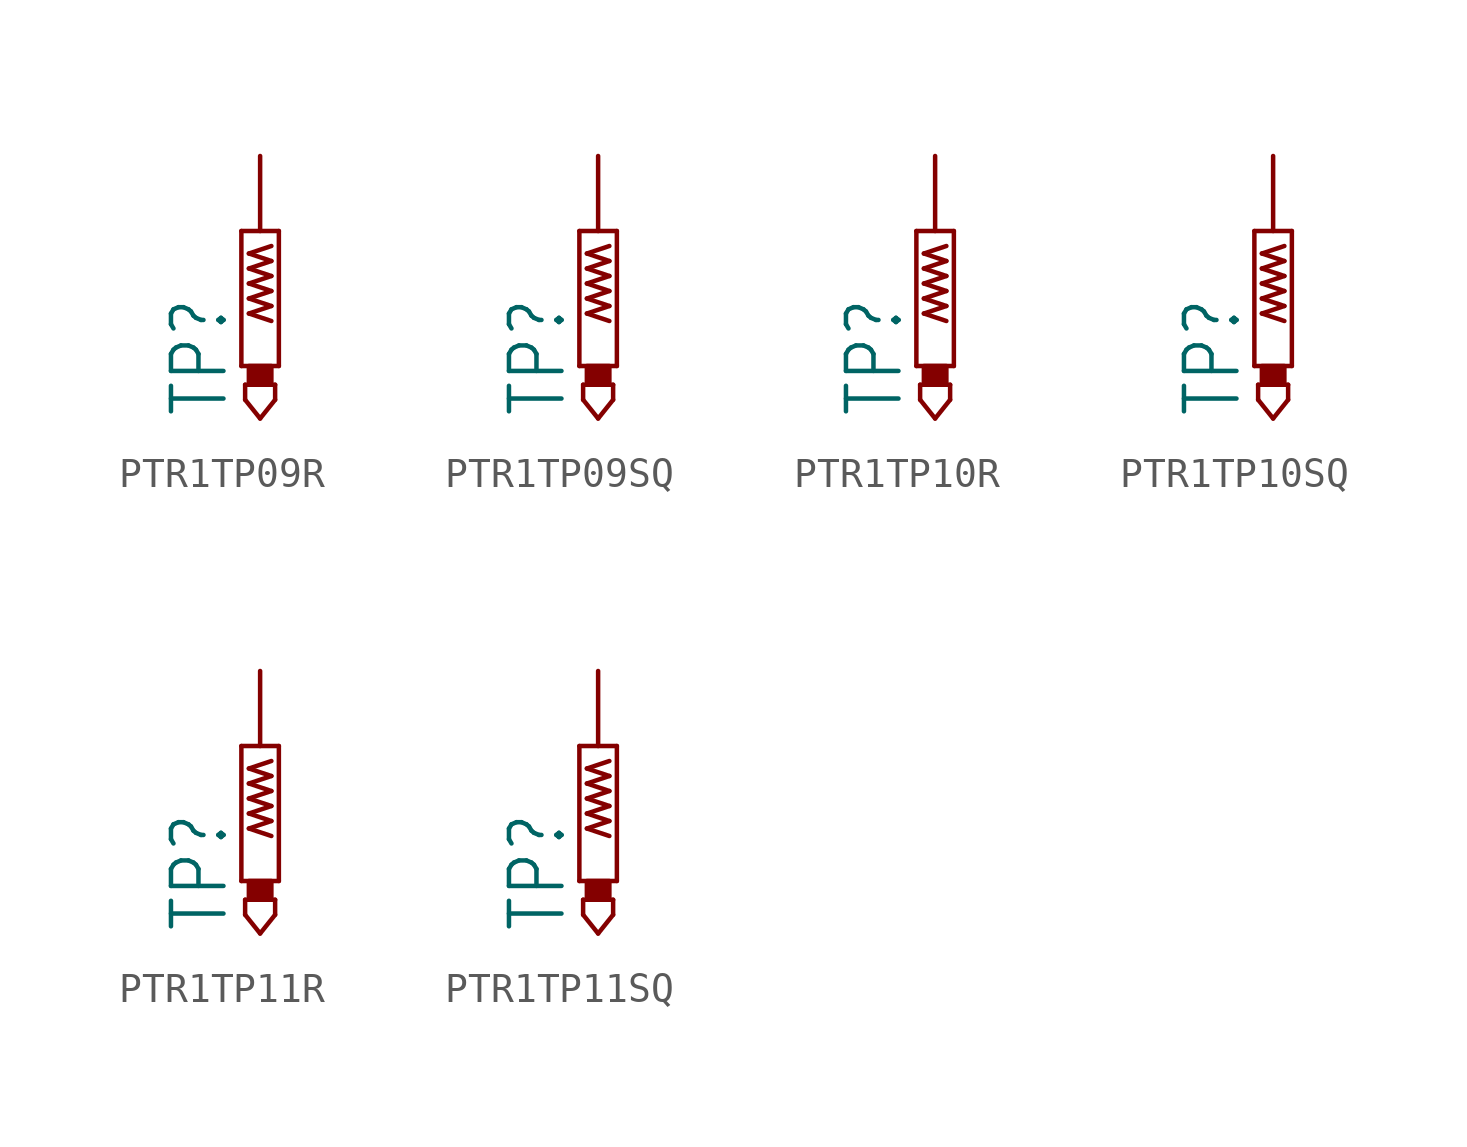
<source format=kicad_sym>
(kicad_symbol_lib
  (version 20231120)
  (generator "kicad_symbol_editor")
  (generator_version "8.0")
  (symbol "PTR1TP09R"
    (property "Reference" "TP"
      (at -1.016 -6.35 90)
      (effects (font (size 1.778 1.511)) (justify left bottom)))
    (property "ki_locked" ""
      (at 0 0 0)
      (effects (font (size 1.27 1.27))))
    (symbol "PTR1TP09R_1_0"
      (rectangle (start -0.381 -5.207) (end 0.381 -4.572) (stroke (width 0) (type default)) (fill (type outline)))
      (polyline (pts (xy -0.635 0) (xy -0.635 -4.572)) (stroke (width 0.152) (type solid)) (fill (type none)))
      (polyline (pts (xy -0.508 -5.715) (xy 0 -6.35)) (stroke (width 0.152) (type solid)) (fill (type none)))
      (polyline (pts (xy -0.508 -5.207) (xy -0.508 -5.715)) (stroke (width 0.152) (type solid)) (fill (type none)))
      (polyline (pts (xy -0.381 -2.794) (xy 0.381 -2.54)) (stroke (width 0.152) (type solid)) (fill (type none)))
      (polyline (pts (xy -0.381 -2.286) (xy 0.381 -2.032)) (stroke (width 0.152) (type solid)) (fill (type none)))
      (polyline (pts (xy -0.381 -1.778) (xy 0.381 -1.524)) (stroke (width 0.152) (type solid)) (fill (type none)))
      (polyline (pts (xy -0.381 -1.27) (xy 0.381 -1.016)) (stroke (width 0.152) (type solid)) (fill (type none)))
      (polyline (pts (xy -0.381 -0.762) (xy 0.381 -0.508)) (stroke (width 0.152) (type solid)) (fill (type none)))
      (polyline (pts (xy 0 -6.35) (xy 0.508 -5.715)) (stroke (width 0.152) (type solid)) (fill (type none)))
      (polyline (pts (xy 0.381 -3.048) (xy -0.381 -2.794)) (stroke (width 0.152) (type solid)) (fill (type none)))
      (polyline (pts (xy 0.381 -2.54) (xy -0.381 -2.286)) (stroke (width 0.152) (type solid)) (fill (type none)))
      (polyline (pts (xy 0.381 -2.032) (xy -0.381 -1.778)) (stroke (width 0.152) (type solid)) (fill (type none)))
      (polyline (pts (xy 0.381 -1.524) (xy -0.381 -1.27)) (stroke (width 0.152) (type solid)) (fill (type none)))
      (polyline (pts (xy 0.381 -1.016) (xy -0.381 -0.762)) (stroke (width 0.152) (type solid)) (fill (type none)))
      (polyline (pts (xy 0.508 -5.715) (xy 0.508 -5.207)) (stroke (width 0.152) (type solid)) (fill (type none)))
      (polyline (pts (xy 0.508 -5.207) (xy -0.508 -5.207)) (stroke (width 0.152) (type solid)) (fill (type none)))
      (polyline (pts (xy 0.635 -4.572) (xy -0.635 -4.572)) (stroke (width 0.152) (type solid)) (fill (type none)))
      (polyline (pts (xy 0.635 -4.572) (xy 0.635 0)) (stroke (width 0.152) (type solid)) (fill (type none)))
      (polyline (pts (xy 0.635 0) (xy -0.635 0)) (stroke (width 0.152) (type solid)) (fill (type none)))
      (pin input line (at 0 2.54 270) (length 2.54) (name "TP" (effects (font (size 0 0)))) (number "TP" (effects (font (size 0 0)))))))
  (symbol "PTR1TP09SQ"
    (property "Reference" "TP"
      (at -1.016 -6.35 90)
      (effects (font (size 1.778 1.511)) (justify left bottom)))
    (property "ki_locked" ""
      (at 0 0 0)
      (effects (font (size 1.27 1.27))))
    (symbol "PTR1TP09SQ_1_0"
      (rectangle (start -0.381 -5.207) (end 0.381 -4.572) (stroke (width 0) (type default)) (fill (type outline)))
      (polyline (pts (xy -0.635 0) (xy -0.635 -4.572)) (stroke (width 0.152) (type solid)) (fill (type none)))
      (polyline (pts (xy -0.508 -5.715) (xy 0 -6.35)) (stroke (width 0.152) (type solid)) (fill (type none)))
      (polyline (pts (xy -0.508 -5.207) (xy -0.508 -5.715)) (stroke (width 0.152) (type solid)) (fill (type none)))
      (polyline (pts (xy -0.381 -2.794) (xy 0.381 -2.54)) (stroke (width 0.152) (type solid)) (fill (type none)))
      (polyline (pts (xy -0.381 -2.286) (xy 0.381 -2.032)) (stroke (width 0.152) (type solid)) (fill (type none)))
      (polyline (pts (xy -0.381 -1.778) (xy 0.381 -1.524)) (stroke (width 0.152) (type solid)) (fill (type none)))
      (polyline (pts (xy -0.381 -1.27) (xy 0.381 -1.016)) (stroke (width 0.152) (type solid)) (fill (type none)))
      (polyline (pts (xy -0.381 -0.762) (xy 0.381 -0.508)) (stroke (width 0.152) (type solid)) (fill (type none)))
      (polyline (pts (xy 0 -6.35) (xy 0.508 -5.715)) (stroke (width 0.152) (type solid)) (fill (type none)))
      (polyline (pts (xy 0.381 -3.048) (xy -0.381 -2.794)) (stroke (width 0.152) (type solid)) (fill (type none)))
      (polyline (pts (xy 0.381 -2.54) (xy -0.381 -2.286)) (stroke (width 0.152) (type solid)) (fill (type none)))
      (polyline (pts (xy 0.381 -2.032) (xy -0.381 -1.778)) (stroke (width 0.152) (type solid)) (fill (type none)))
      (polyline (pts (xy 0.381 -1.524) (xy -0.381 -1.27)) (stroke (width 0.152) (type solid)) (fill (type none)))
      (polyline (pts (xy 0.381 -1.016) (xy -0.381 -0.762)) (stroke (width 0.152) (type solid)) (fill (type none)))
      (polyline (pts (xy 0.508 -5.715) (xy 0.508 -5.207)) (stroke (width 0.152) (type solid)) (fill (type none)))
      (polyline (pts (xy 0.508 -5.207) (xy -0.508 -5.207)) (stroke (width 0.152) (type solid)) (fill (type none)))
      (polyline (pts (xy 0.635 -4.572) (xy -0.635 -4.572)) (stroke (width 0.152) (type solid)) (fill (type none)))
      (polyline (pts (xy 0.635 -4.572) (xy 0.635 0)) (stroke (width 0.152) (type solid)) (fill (type none)))
      (polyline (pts (xy 0.635 0) (xy -0.635 0)) (stroke (width 0.152) (type solid)) (fill (type none)))
      (pin input line (at 0 2.54 270) (length 2.54) (name "TP" (effects (font (size 0 0)))) (number "TP" (effects (font (size 0 0)))))))
  (symbol "PTR1TP10R"
    (property "Reference" "TP"
      (at -1.016 -6.35 90)
      (effects (font (size 1.778 1.511)) (justify left bottom)))
    (property "ki_locked" ""
      (at 0 0 0)
      (effects (font (size 1.27 1.27))))
    (symbol "PTR1TP10R_1_0"
      (rectangle (start -0.381 -5.207) (end 0.381 -4.572) (stroke (width 0) (type default)) (fill (type outline)))
      (polyline (pts (xy -0.635 0) (xy -0.635 -4.572)) (stroke (width 0.152) (type solid)) (fill (type none)))
      (polyline (pts (xy -0.508 -5.715) (xy 0 -6.35)) (stroke (width 0.152) (type solid)) (fill (type none)))
      (polyline (pts (xy -0.508 -5.207) (xy -0.508 -5.715)) (stroke (width 0.152) (type solid)) (fill (type none)))
      (polyline (pts (xy -0.381 -2.794) (xy 0.381 -2.54)) (stroke (width 0.152) (type solid)) (fill (type none)))
      (polyline (pts (xy -0.381 -2.286) (xy 0.381 -2.032)) (stroke (width 0.152) (type solid)) (fill (type none)))
      (polyline (pts (xy -0.381 -1.778) (xy 0.381 -1.524)) (stroke (width 0.152) (type solid)) (fill (type none)))
      (polyline (pts (xy -0.381 -1.27) (xy 0.381 -1.016)) (stroke (width 0.152) (type solid)) (fill (type none)))
      (polyline (pts (xy -0.381 -0.762) (xy 0.381 -0.508)) (stroke (width 0.152) (type solid)) (fill (type none)))
      (polyline (pts (xy 0 -6.35) (xy 0.508 -5.715)) (stroke (width 0.152) (type solid)) (fill (type none)))
      (polyline (pts (xy 0.381 -3.048) (xy -0.381 -2.794)) (stroke (width 0.152) (type solid)) (fill (type none)))
      (polyline (pts (xy 0.381 -2.54) (xy -0.381 -2.286)) (stroke (width 0.152) (type solid)) (fill (type none)))
      (polyline (pts (xy 0.381 -2.032) (xy -0.381 -1.778)) (stroke (width 0.152) (type solid)) (fill (type none)))
      (polyline (pts (xy 0.381 -1.524) (xy -0.381 -1.27)) (stroke (width 0.152) (type solid)) (fill (type none)))
      (polyline (pts (xy 0.381 -1.016) (xy -0.381 -0.762)) (stroke (width 0.152) (type solid)) (fill (type none)))
      (polyline (pts (xy 0.508 -5.715) (xy 0.508 -5.207)) (stroke (width 0.152) (type solid)) (fill (type none)))
      (polyline (pts (xy 0.508 -5.207) (xy -0.508 -5.207)) (stroke (width 0.152) (type solid)) (fill (type none)))
      (polyline (pts (xy 0.635 -4.572) (xy -0.635 -4.572)) (stroke (width 0.152) (type solid)) (fill (type none)))
      (polyline (pts (xy 0.635 -4.572) (xy 0.635 0)) (stroke (width 0.152) (type solid)) (fill (type none)))
      (polyline (pts (xy 0.635 0) (xy -0.635 0)) (stroke (width 0.152) (type solid)) (fill (type none)))
      (pin input line (at 0 2.54 270) (length 2.54) (name "TP" (effects (font (size 0 0)))) (number "TP" (effects (font (size 0 0)))))))
  (symbol "PTR1TP10SQ"
    (property "Reference" "TP"
      (at -1.016 -6.35 90)
      (effects (font (size 1.778 1.511)) (justify left bottom)))
    (property "ki_locked" ""
      (at 0 0 0)
      (effects (font (size 1.27 1.27))))
    (symbol "PTR1TP10SQ_1_0"
      (rectangle (start -0.381 -5.207) (end 0.381 -4.572) (stroke (width 0) (type default)) (fill (type outline)))
      (polyline (pts (xy -0.635 0) (xy -0.635 -4.572)) (stroke (width 0.152) (type solid)) (fill (type none)))
      (polyline (pts (xy -0.508 -5.715) (xy 0 -6.35)) (stroke (width 0.152) (type solid)) (fill (type none)))
      (polyline (pts (xy -0.508 -5.207) (xy -0.508 -5.715)) (stroke (width 0.152) (type solid)) (fill (type none)))
      (polyline (pts (xy -0.381 -2.794) (xy 0.381 -2.54)) (stroke (width 0.152) (type solid)) (fill (type none)))
      (polyline (pts (xy -0.381 -2.286) (xy 0.381 -2.032)) (stroke (width 0.152) (type solid)) (fill (type none)))
      (polyline (pts (xy -0.381 -1.778) (xy 0.381 -1.524)) (stroke (width 0.152) (type solid)) (fill (type none)))
      (polyline (pts (xy -0.381 -1.27) (xy 0.381 -1.016)) (stroke (width 0.152) (type solid)) (fill (type none)))
      (polyline (pts (xy -0.381 -0.762) (xy 0.381 -0.508)) (stroke (width 0.152) (type solid)) (fill (type none)))
      (polyline (pts (xy 0 -6.35) (xy 0.508 -5.715)) (stroke (width 0.152) (type solid)) (fill (type none)))
      (polyline (pts (xy 0.381 -3.048) (xy -0.381 -2.794)) (stroke (width 0.152) (type solid)) (fill (type none)))
      (polyline (pts (xy 0.381 -2.54) (xy -0.381 -2.286)) (stroke (width 0.152) (type solid)) (fill (type none)))
      (polyline (pts (xy 0.381 -2.032) (xy -0.381 -1.778)) (stroke (width 0.152) (type solid)) (fill (type none)))
      (polyline (pts (xy 0.381 -1.524) (xy -0.381 -1.27)) (stroke (width 0.152) (type solid)) (fill (type none)))
      (polyline (pts (xy 0.381 -1.016) (xy -0.381 -0.762)) (stroke (width 0.152) (type solid)) (fill (type none)))
      (polyline (pts (xy 0.508 -5.715) (xy 0.508 -5.207)) (stroke (width 0.152) (type solid)) (fill (type none)))
      (polyline (pts (xy 0.508 -5.207) (xy -0.508 -5.207)) (stroke (width 0.152) (type solid)) (fill (type none)))
      (polyline (pts (xy 0.635 -4.572) (xy -0.635 -4.572)) (stroke (width 0.152) (type solid)) (fill (type none)))
      (polyline (pts (xy 0.635 -4.572) (xy 0.635 0)) (stroke (width 0.152) (type solid)) (fill (type none)))
      (polyline (pts (xy 0.635 0) (xy -0.635 0)) (stroke (width 0.152) (type solid)) (fill (type none)))
      (pin input line (at 0 2.54 270) (length 2.54) (name "TP" (effects (font (size 0 0)))) (number "TP" (effects (font (size 0 0)))))))
  (symbol "PTR1TP11R"
    (property "Reference" "TP"
      (at -1.016 -6.35 90)
      (effects (font (size 1.778 1.511)) (justify left bottom)))
    (property "ki_locked" ""
      (at 0 0 0)
      (effects (font (size 1.27 1.27))))
    (symbol "PTR1TP11R_1_0"
      (rectangle (start -0.381 -5.207) (end 0.381 -4.572) (stroke (width 0) (type default)) (fill (type outline)))
      (polyline (pts (xy -0.635 0) (xy -0.635 -4.572)) (stroke (width 0.152) (type solid)) (fill (type none)))
      (polyline (pts (xy -0.508 -5.715) (xy 0 -6.35)) (stroke (width 0.152) (type solid)) (fill (type none)))
      (polyline (pts (xy -0.508 -5.207) (xy -0.508 -5.715)) (stroke (width 0.152) (type solid)) (fill (type none)))
      (polyline (pts (xy -0.381 -2.794) (xy 0.381 -2.54)) (stroke (width 0.152) (type solid)) (fill (type none)))
      (polyline (pts (xy -0.381 -2.286) (xy 0.381 -2.032)) (stroke (width 0.152) (type solid)) (fill (type none)))
      (polyline (pts (xy -0.381 -1.778) (xy 0.381 -1.524)) (stroke (width 0.152) (type solid)) (fill (type none)))
      (polyline (pts (xy -0.381 -1.27) (xy 0.381 -1.016)) (stroke (width 0.152) (type solid)) (fill (type none)))
      (polyline (pts (xy -0.381 -0.762) (xy 0.381 -0.508)) (stroke (width 0.152) (type solid)) (fill (type none)))
      (polyline (pts (xy 0 -6.35) (xy 0.508 -5.715)) (stroke (width 0.152) (type solid)) (fill (type none)))
      (polyline (pts (xy 0.381 -3.048) (xy -0.381 -2.794)) (stroke (width 0.152) (type solid)) (fill (type none)))
      (polyline (pts (xy 0.381 -2.54) (xy -0.381 -2.286)) (stroke (width 0.152) (type solid)) (fill (type none)))
      (polyline (pts (xy 0.381 -2.032) (xy -0.381 -1.778)) (stroke (width 0.152) (type solid)) (fill (type none)))
      (polyline (pts (xy 0.381 -1.524) (xy -0.381 -1.27)) (stroke (width 0.152) (type solid)) (fill (type none)))
      (polyline (pts (xy 0.381 -1.016) (xy -0.381 -0.762)) (stroke (width 0.152) (type solid)) (fill (type none)))
      (polyline (pts (xy 0.508 -5.715) (xy 0.508 -5.207)) (stroke (width 0.152) (type solid)) (fill (type none)))
      (polyline (pts (xy 0.508 -5.207) (xy -0.508 -5.207)) (stroke (width 0.152) (type solid)) (fill (type none)))
      (polyline (pts (xy 0.635 -4.572) (xy -0.635 -4.572)) (stroke (width 0.152) (type solid)) (fill (type none)))
      (polyline (pts (xy 0.635 -4.572) (xy 0.635 0)) (stroke (width 0.152) (type solid)) (fill (type none)))
      (polyline (pts (xy 0.635 0) (xy -0.635 0)) (stroke (width 0.152) (type solid)) (fill (type none)))
      (pin input line (at 0 2.54 270) (length 2.54) (name "TP" (effects (font (size 0 0)))) (number "TP" (effects (font (size 0 0)))))))
  (symbol "PTR1TP11SQ"
    (property "Reference" "TP"
      (at -1.016 -6.35 90)
      (effects (font (size 1.778 1.511)) (justify left bottom)))
    (property "ki_locked" ""
      (at 0 0 0)
      (effects (font (size 1.27 1.27))))
    (symbol "PTR1TP11SQ_1_0"
      (rectangle (start -0.381 -5.207) (end 0.381 -4.572) (stroke (width 0) (type default)) (fill (type outline)))
      (polyline (pts (xy -0.635 0) (xy -0.635 -4.572)) (stroke (width 0.152) (type solid)) (fill (type none)))
      (polyline (pts (xy -0.508 -5.715) (xy 0 -6.35)) (stroke (width 0.152) (type solid)) (fill (type none)))
      (polyline (pts (xy -0.508 -5.207) (xy -0.508 -5.715)) (stroke (width 0.152) (type solid)) (fill (type none)))
      (polyline (pts (xy -0.381 -2.794) (xy 0.381 -2.54)) (stroke (width 0.152) (type solid)) (fill (type none)))
      (polyline (pts (xy -0.381 -2.286) (xy 0.381 -2.032)) (stroke (width 0.152) (type solid)) (fill (type none)))
      (polyline (pts (xy -0.381 -1.778) (xy 0.381 -1.524)) (stroke (width 0.152) (type solid)) (fill (type none)))
      (polyline (pts (xy -0.381 -1.27) (xy 0.381 -1.016)) (stroke (width 0.152) (type solid)) (fill (type none)))
      (polyline (pts (xy -0.381 -0.762) (xy 0.381 -0.508)) (stroke (width 0.152) (type solid)) (fill (type none)))
      (polyline (pts (xy 0 -6.35) (xy 0.508 -5.715)) (stroke (width 0.152) (type solid)) (fill (type none)))
      (polyline (pts (xy 0.381 -3.048) (xy -0.381 -2.794)) (stroke (width 0.152) (type solid)) (fill (type none)))
      (polyline (pts (xy 0.381 -2.54) (xy -0.381 -2.286)) (stroke (width 0.152) (type solid)) (fill (type none)))
      (polyline (pts (xy 0.381 -2.032) (xy -0.381 -1.778)) (stroke (width 0.152) (type solid)) (fill (type none)))
      (polyline (pts (xy 0.381 -1.524) (xy -0.381 -1.27)) (stroke (width 0.152) (type solid)) (fill (type none)))
      (polyline (pts (xy 0.381 -1.016) (xy -0.381 -0.762)) (stroke (width 0.152) (type solid)) (fill (type none)))
      (polyline (pts (xy 0.508 -5.715) (xy 0.508 -5.207)) (stroke (width 0.152) (type solid)) (fill (type none)))
      (polyline (pts (xy 0.508 -5.207) (xy -0.508 -5.207)) (stroke (width 0.152) (type solid)) (fill (type none)))
      (polyline (pts (xy 0.635 -4.572) (xy -0.635 -4.572)) (stroke (width 0.152) (type solid)) (fill (type none)))
      (polyline (pts (xy 0.635 -4.572) (xy 0.635 0)) (stroke (width 0.152) (type solid)) (fill (type none)))
      (polyline (pts (xy 0.635 0) (xy -0.635 0)) (stroke (width 0.152) (type solid)) (fill (type none)))
      (pin input line (at 0 2.54 270) (length 2.54) (name "TP" (effects (font (size 0 0)))) (number "TP" (effects (font (size 0 0))))))))
</source>
